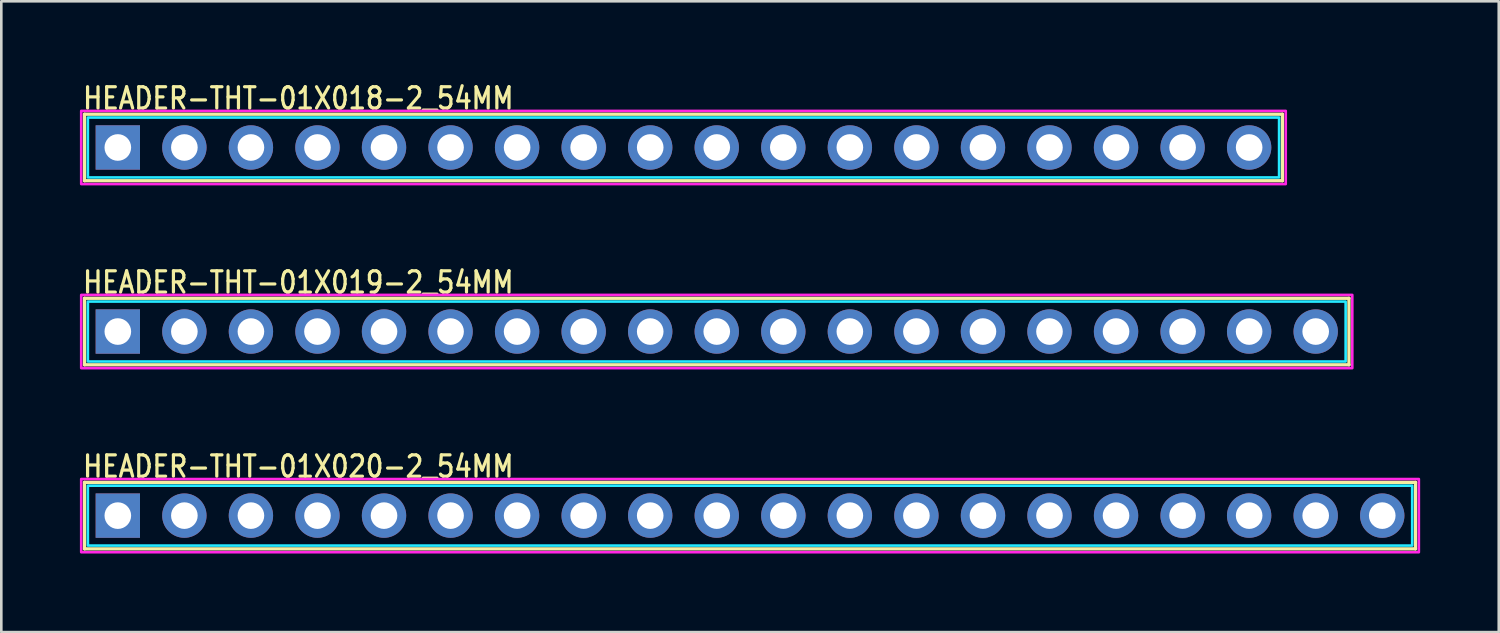
<source format=kicad_pcb>
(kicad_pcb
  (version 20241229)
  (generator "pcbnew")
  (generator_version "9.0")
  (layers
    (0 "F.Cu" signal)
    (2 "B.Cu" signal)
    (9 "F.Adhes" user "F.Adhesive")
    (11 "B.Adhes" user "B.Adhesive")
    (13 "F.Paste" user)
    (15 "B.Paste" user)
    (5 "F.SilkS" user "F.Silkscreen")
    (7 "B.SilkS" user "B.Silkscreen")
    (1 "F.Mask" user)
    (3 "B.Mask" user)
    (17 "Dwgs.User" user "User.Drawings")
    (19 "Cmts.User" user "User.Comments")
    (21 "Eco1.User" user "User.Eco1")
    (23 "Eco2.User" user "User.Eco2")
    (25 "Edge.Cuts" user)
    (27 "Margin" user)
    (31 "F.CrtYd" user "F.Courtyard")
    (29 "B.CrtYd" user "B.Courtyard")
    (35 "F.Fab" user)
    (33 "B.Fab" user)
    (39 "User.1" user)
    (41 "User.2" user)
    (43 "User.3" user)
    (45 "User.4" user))
  (footprint "HEADER-THT-01X018-2_54MM"
    (layer "F.Cu")
    (at 1.447 2.579)
    (property "Reference" "HEADER-THT-01X018-2_54MM" (at -1.4 -1.4 0) (unlocked yes) (layer "F.SilkS") (effects (font (size 0.813 0.695) (thickness 0.122)) (justify left bottom)))
    (fp_line (start -1.27 -1.27) (end -1.27 1.27) (stroke (width 0.127) (type solid)) (layer "F.SilkS"))
    (fp_line (start -1.27 1.27) (end 44.45 1.27) (stroke (width 0.127) (type solid)) (layer "F.SilkS"))
    (fp_line (start 44.45 -1.27) (end -1.27 -1.27) (stroke (width 0.127) (type solid)) (layer "F.SilkS"))
    (fp_line (start 44.45 1.27) (end 44.45 -1.27) (stroke (width 0.127) (type solid)) (layer "F.SilkS"))
    (fp_poly (pts (xy -1.143 -1.143) (xy 44.323 -1.143) (xy 44.323 1.143) (xy -1.143 1.143)) (stroke (width 0.1) (type solid)) (fill no) (layer "B.CrtYd"))
    (fp_poly (pts (xy -1.397 -1.397) (xy 44.577 -1.397) (xy 44.577 1.397) (xy -1.397 1.397)) (stroke (width 0.1) (type solid)) (fill no) (layer "F.CrtYd"))
    (pad "P$1" thru_hole rect (at 0 0) (size 1.693 1.693) (drill 1.016) (layers "*.Cu" "*.Mask"))
    (pad "P$2" thru_hole oval (at 2.54 0) (size 1.693 1.693) (drill 1.016) (layers "*.Cu" "*.Mask"))
    (pad "P$3" thru_hole oval (at 5.08 0) (size 1.693 1.693) (drill 1.016) (layers "*.Cu" "*.Mask"))
    (pad "P$4" thru_hole oval (at 7.62 0) (size 1.693 1.693) (drill 1.016) (layers "*.Cu" "*.Mask"))
    (pad "P$5" thru_hole oval (at 10.16 0) (size 1.693 1.693) (drill 1.016) (layers "*.Cu" "*.Mask"))
    (pad "P$6" thru_hole oval (at 12.7 0) (size 1.693 1.693) (drill 1.016) (layers "*.Cu" "*.Mask"))
    (pad "P$7" thru_hole oval (at 15.24 0) (size 1.693 1.693) (drill 1.016) (layers "*.Cu" "*.Mask"))
    (pad "P$8" thru_hole oval (at 17.78 0) (size 1.693 1.693) (drill 1.016) (layers "*.Cu" "*.Mask"))
    (pad "P$9" thru_hole oval (at 20.32 0) (size 1.693 1.693) (drill 1.016) (layers "*.Cu" "*.Mask"))
    (pad "P$10" thru_hole oval (at 22.86 0) (size 1.693 1.693) (drill 1.016) (layers "*.Cu" "*.Mask"))
    (pad "P$11" thru_hole oval (at 25.4 0) (size 1.693 1.693) (drill 1.016) (layers "*.Cu" "*.Mask"))
    (pad "P$12" thru_hole oval (at 27.94 0) (size 1.693 1.693) (drill 1.016) (layers "*.Cu" "*.Mask"))
    (pad "P$13" thru_hole oval (at 30.48 0) (size 1.693 1.693) (drill 1.016) (layers "*.Cu" "*.Mask"))
    (pad "P$14" thru_hole oval (at 33.02 0) (size 1.693 1.693) (drill 1.016) (layers "*.Cu" "*.Mask"))
    (pad "P$15" thru_hole oval (at 35.56 0) (size 1.693 1.693) (drill 1.016) (layers "*.Cu" "*.Mask"))
    (pad "P$16" thru_hole oval (at 38.1 0) (size 1.693 1.693) (drill 1.016) (layers "*.Cu" "*.Mask"))
    (pad "P$17" thru_hole oval (at 40.64 0) (size 1.693 1.693) (drill 1.016) (layers "*.Cu" "*.Mask"))
    (pad "P$18" thru_hole oval (at 43.18 0) (size 1.693 1.693) (drill 1.016) (layers "*.Cu" "*.Mask")))
  (footprint "HEADER-THT-01X019-2_54MM"
    (layer "F.Cu")
    (at 1.447 9.604)
    (property "Reference" "HEADER-THT-01X019-2_54MM" (at -1.4 -1.4 0) (unlocked yes) (layer "F.SilkS") (effects (font (size 0.813 0.695) (thickness 0.122)) (justify left bottom)))
    (fp_line (start -1.27 -1.27) (end -1.27 1.27) (stroke (width 0.127) (type solid)) (layer "F.SilkS"))
    (fp_line (start -1.27 1.27) (end 46.99 1.27) (stroke (width 0.127) (type solid)) (layer "F.SilkS"))
    (fp_line (start 46.99 -1.27) (end -1.27 -1.27) (stroke (width 0.127) (type solid)) (layer "F.SilkS"))
    (fp_line (start 46.99 1.27) (end 46.99 -1.27) (stroke (width 0.127) (type solid)) (layer "F.SilkS"))
    (fp_poly (pts (xy -1.143 -1.143) (xy 46.863 -1.143) (xy 46.863 1.143) (xy -1.143 1.143)) (stroke (width 0.1) (type solid)) (fill no) (layer "B.CrtYd"))
    (fp_poly (pts (xy -1.397 -1.397) (xy 47.117 -1.397) (xy 47.117 1.397) (xy -1.397 1.397)) (stroke (width 0.1) (type solid)) (fill no) (layer "F.CrtYd"))
    (pad "P$1" thru_hole rect (at 0 0) (size 1.693 1.693) (drill 1.016) (layers "*.Cu" "*.Mask"))
    (pad "P$2" thru_hole oval (at 2.54 0) (size 1.693 1.693) (drill 1.016) (layers "*.Cu" "*.Mask"))
    (pad "P$3" thru_hole oval (at 5.08 0) (size 1.693 1.693) (drill 1.016) (layers "*.Cu" "*.Mask"))
    (pad "P$4" thru_hole oval (at 7.62 0) (size 1.693 1.693) (drill 1.016) (layers "*.Cu" "*.Mask"))
    (pad "P$5" thru_hole oval (at 10.16 0) (size 1.693 1.693) (drill 1.016) (layers "*.Cu" "*.Mask"))
    (pad "P$6" thru_hole oval (at 12.7 0) (size 1.693 1.693) (drill 1.016) (layers "*.Cu" "*.Mask"))
    (pad "P$7" thru_hole oval (at 15.24 0) (size 1.693 1.693) (drill 1.016) (layers "*.Cu" "*.Mask"))
    (pad "P$8" thru_hole oval (at 17.78 0) (size 1.693 1.693) (drill 1.016) (layers "*.Cu" "*.Mask"))
    (pad "P$9" thru_hole oval (at 20.32 0) (size 1.693 1.693) (drill 1.016) (layers "*.Cu" "*.Mask"))
    (pad "P$10" thru_hole oval (at 22.86 0) (size 1.693 1.693) (drill 1.016) (layers "*.Cu" "*.Mask"))
    (pad "P$11" thru_hole oval (at 25.4 0) (size 1.693 1.693) (drill 1.016) (layers "*.Cu" "*.Mask"))
    (pad "P$12" thru_hole oval (at 27.94 0) (size 1.693 1.693) (drill 1.016) (layers "*.Cu" "*.Mask"))
    (pad "P$13" thru_hole oval (at 30.48 0) (size 1.693 1.693) (drill 1.016) (layers "*.Cu" "*.Mask"))
    (pad "P$14" thru_hole oval (at 33.02 0) (size 1.693 1.693) (drill 1.016) (layers "*.Cu" "*.Mask"))
    (pad "P$15" thru_hole oval (at 35.56 0) (size 1.693 1.693) (drill 1.016) (layers "*.Cu" "*.Mask"))
    (pad "P$16" thru_hole oval (at 38.1 0) (size 1.693 1.693) (drill 1.016) (layers "*.Cu" "*.Mask"))
    (pad "P$17" thru_hole oval (at 40.64 0) (size 1.693 1.693) (drill 1.016) (layers "*.Cu" "*.Mask"))
    (pad "P$18" thru_hole oval (at 43.18 0) (size 1.693 1.693) (drill 1.016) (layers "*.Cu" "*.Mask"))
    (pad "P$19" thru_hole oval (at 45.72 0) (size 1.693 1.693) (drill 1.016) (layers "*.Cu" "*.Mask")))
  (footprint "HEADER-THT-01X020-2_54MM"
    (layer "F.Cu")
    (at 1.447 16.63)
    (property "Reference" "HEADER-THT-01X020-2_54MM" (at -1.4 -1.4 0) (unlocked yes) (layer "F.SilkS") (effects (font (size 0.813 0.695) (thickness 0.122)) (justify left bottom)))
    (fp_line (start -1.27 -1.27) (end -1.27 1.27) (stroke (width 0.127) (type solid)) (layer "F.SilkS"))
    (fp_line (start -1.27 1.27) (end 49.53 1.27) (stroke (width 0.127) (type solid)) (layer "F.SilkS"))
    (fp_line (start 49.53 -1.27) (end -1.27 -1.27) (stroke (width 0.127) (type solid)) (layer "F.SilkS"))
    (fp_line (start 49.53 1.27) (end 49.53 -1.27) (stroke (width 0.127) (type solid)) (layer "F.SilkS"))
    (fp_poly (pts (xy -1.143 -1.143) (xy 49.403 -1.143) (xy 49.403 1.143) (xy -1.143 1.143)) (stroke (width 0.1) (type solid)) (fill no) (layer "B.CrtYd"))
    (fp_poly (pts (xy -1.397 -1.397) (xy 49.657 -1.397) (xy 49.657 1.397) (xy -1.397 1.397)) (stroke (width 0.1) (type solid)) (fill no) (layer "F.CrtYd"))
    (pad "P$1" thru_hole rect (at 0 0) (size 1.693 1.693) (drill 1.016) (layers "*.Cu" "*.Mask"))
    (pad "P$2" thru_hole oval (at 2.54 0) (size 1.693 1.693) (drill 1.016) (layers "*.Cu" "*.Mask"))
    (pad "P$3" thru_hole oval (at 5.08 0) (size 1.693 1.693) (drill 1.016) (layers "*.Cu" "*.Mask"))
    (pad "P$4" thru_hole oval (at 7.62 0) (size 1.693 1.693) (drill 1.016) (layers "*.Cu" "*.Mask"))
    (pad "P$5" thru_hole oval (at 10.16 0) (size 1.693 1.693) (drill 1.016) (layers "*.Cu" "*.Mask"))
    (pad "P$6" thru_hole oval (at 12.7 0) (size 1.693 1.693) (drill 1.016) (layers "*.Cu" "*.Mask"))
    (pad "P$7" thru_hole oval (at 15.24 0) (size 1.693 1.693) (drill 1.016) (layers "*.Cu" "*.Mask"))
    (pad "P$8" thru_hole oval (at 17.78 0) (size 1.693 1.693) (drill 1.016) (layers "*.Cu" "*.Mask"))
    (pad "P$9" thru_hole oval (at 20.32 0) (size 1.693 1.693) (drill 1.016) (layers "*.Cu" "*.Mask"))
    (pad "P$10" thru_hole oval (at 22.86 0) (size 1.693 1.693) (drill 1.016) (layers "*.Cu" "*.Mask"))
    (pad "P$11" thru_hole oval (at 25.4 0) (size 1.693 1.693) (drill 1.016) (layers "*.Cu" "*.Mask"))
    (pad "P$12" thru_hole oval (at 27.94 0) (size 1.693 1.693) (drill 1.016) (layers "*.Cu" "*.Mask"))
    (pad "P$13" thru_hole oval (at 30.48 0) (size 1.693 1.693) (drill 1.016) (layers "*.Cu" "*.Mask"))
    (pad "P$14" thru_hole oval (at 33.02 0) (size 1.693 1.693) (drill 1.016) (layers "*.Cu" "*.Mask"))
    (pad "P$15" thru_hole oval (at 35.56 0) (size 1.693 1.693) (drill 1.016) (layers "*.Cu" "*.Mask"))
    (pad "P$16" thru_hole oval (at 38.1 0) (size 1.693 1.693) (drill 1.016) (layers "*.Cu" "*.Mask"))
    (pad "P$17" thru_hole oval (at 40.64 0) (size 1.693 1.693) (drill 1.016) (layers "*.Cu" "*.Mask"))
    (pad "P$18" thru_hole oval (at 43.18 0) (size 1.693 1.693) (drill 1.016) (layers "*.Cu" "*.Mask"))
    (pad "P$19" thru_hole oval (at 45.72 0) (size 1.693 1.693) (drill 1.016) (layers "*.Cu" "*.Mask"))
    (pad "P$20" thru_hole oval (at 48.26 0) (size 1.693 1.693) (drill 1.016) (layers "*.Cu" "*.Mask")))
  (gr_rect
    (start -3 -3)
    (end 54.154 21.077)
    (stroke (width 0.1) (type default))
    (fill no)
    (layer "Edge.Cuts")))
</source>
